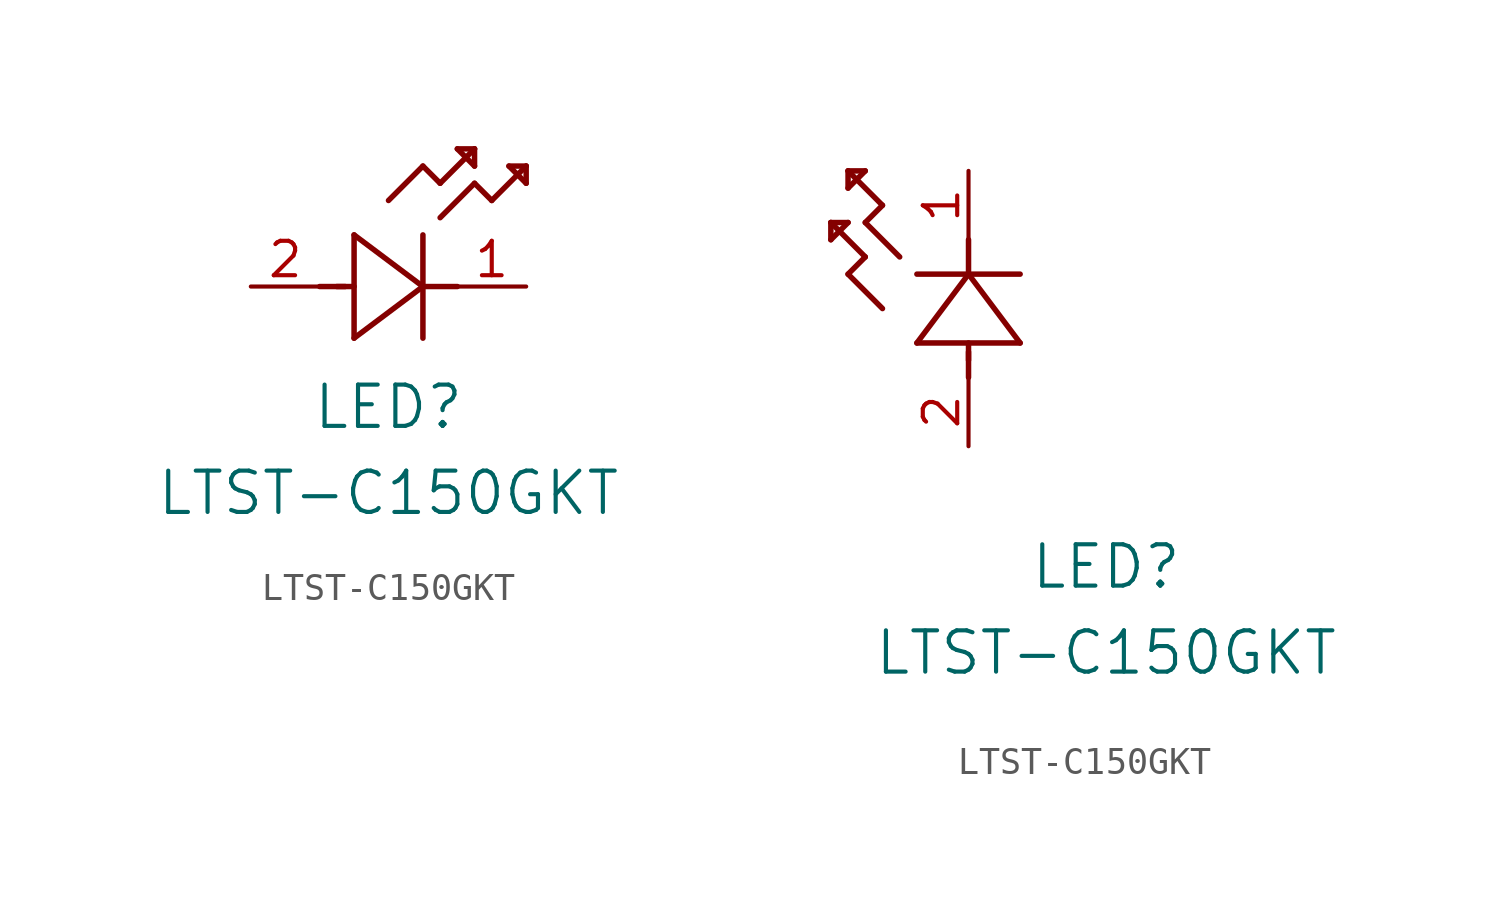
<source format=kicad_sym>
(kicad_symbol_lib
  (version 20241209)
  (generator "kicad_symbol_editor")
  (generator_version "9.0")
  (symbol "LTST-C150GKT"
    (pin_names
      (offset 0.254))
    (property "Reference" "LED"
      (at 5.08 -4.445 0)
      (effects (font (size 1.524 1.524))))
    (property "Value" "LTST-C150GKT"
      (at 5.08 -7.62 0)
      (effects (font (size 1.524 1.524))))
    (symbol "LTST-C150GKT_1_1"
      (polyline (pts (xy 2.54 0) (xy 3.48 0)) (stroke (width 0.203) (type default)) (fill (type none)))
      (polyline (pts (xy 3.175 0) (xy 3.81 0)) (stroke (width 0.203) (type default)) (fill (type none)))
      (polyline (pts (xy 3.81 1.905) (xy 3.81 -1.905)) (stroke (width 0.203) (type default)) (fill (type none)))
      (polyline (pts (xy 3.81 -1.905) (xy 6.35 0)) (stroke (width 0.203) (type default)) (fill (type none)))
      (polyline (pts (xy 5.08 3.175) (xy 6.35 4.445)) (stroke (width 0.203) (type default)) (fill (type none)))
      (polyline (pts (xy 6.35 4.445) (xy 6.985 3.81)) (stroke (width 0.203) (type default)) (fill (type none)))
      (polyline (pts (xy 6.35 0) (xy 3.81 1.905)) (stroke (width 0.203) (type default)) (fill (type none)))
      (polyline (pts (xy 6.35 0) (xy 7.62 0)) (stroke (width 0.203) (type default)) (fill (type none)))
      (polyline (pts (xy 6.35 -1.905) (xy 6.35 1.905)) (stroke (width 0.203) (type default)) (fill (type none)))
      (polyline (pts (xy 6.985 3.81) (xy 8.255 5.08)) (stroke (width 0.203) (type default)) (fill (type none)))
      (polyline (pts (xy 6.985 2.54) (xy 8.255 3.81)) (stroke (width 0.203) (type default)) (fill (type none)))
      (polyline (pts (xy 7.62 5.08) (xy 8.255 4.445)) (stroke (width 0.203) (type default)) (fill (type none)))
      (polyline (pts (xy 8.255 5.08) (xy 7.62 5.08)) (stroke (width 0.203) (type default)) (fill (type none)))
      (polyline (pts (xy 8.255 4.445) (xy 8.255 5.08)) (stroke (width 0.203) (type default)) (fill (type none)))
      (polyline (pts (xy 8.255 3.81) (xy 8.89 3.175)) (stroke (width 0.203) (type default)) (fill (type none)))
      (polyline (pts (xy 8.89 3.175) (xy 10.16 4.445)) (stroke (width 0.203) (type default)) (fill (type none)))
      (polyline (pts (xy 9.525 4.445) (xy 10.16 3.81)) (stroke (width 0.203) (type default)) (fill (type none)))
      (polyline (pts (xy 10.16 4.445) (xy 9.525 4.445)) (stroke (width 0.203) (type default)) (fill (type none)))
      (polyline (pts (xy 10.16 3.81) (xy 10.16 4.445)) (stroke (width 0.203) (type default)) (fill (type none)))
      (pin unspecified line (at 0 0 0) (length 2.54) (name "" (effects (font (size 1.27 1.27)))) (number "2" (effects (font (size 1.27 1.27)))))
      (pin unspecified line (at 10.16 0 180) (length 2.54) (name "" (effects (font (size 1.27 1.27)))) (number "1" (effects (font (size 1.27 1.27))))))
    (symbol "LTST-C150GKT_1_2"
      (polyline (pts (xy -5.08 8.255) (xy -5.08 7.62)) (stroke (width 0.203) (type default)) (fill (type none)))
      (polyline (pts (xy -5.08 7.62) (xy -4.445 8.255)) (stroke (width 0.203) (type default)) (fill (type none)))
      (polyline (pts (xy -4.445 10.16) (xy -4.445 9.525)) (stroke (width 0.203) (type default)) (fill (type none)))
      (polyline (pts (xy -4.445 9.525) (xy -3.81 10.16)) (stroke (width 0.203) (type default)) (fill (type none)))
      (polyline (pts (xy -4.445 8.255) (xy -5.08 8.255)) (stroke (width 0.203) (type default)) (fill (type none)))
      (polyline (pts (xy -4.445 6.35) (xy -3.81 6.985)) (stroke (width 0.203) (type default)) (fill (type none)))
      (polyline (pts (xy -3.81 10.16) (xy -4.445 10.16)) (stroke (width 0.203) (type default)) (fill (type none)))
      (polyline (pts (xy -3.81 8.255) (xy -3.175 8.89)) (stroke (width 0.203) (type default)) (fill (type none)))
      (polyline (pts (xy -3.81 6.985) (xy -5.08 8.255)) (stroke (width 0.203) (type default)) (fill (type none)))
      (polyline (pts (xy -3.175 8.89) (xy -4.445 10.16)) (stroke (width 0.203) (type default)) (fill (type none)))
      (polyline (pts (xy -3.175 5.08) (xy -4.445 6.35)) (stroke (width 0.203) (type default)) (fill (type none)))
      (polyline (pts (xy -2.54 6.985) (xy -3.81 8.255)) (stroke (width 0.203) (type default)) (fill (type none)))
      (polyline (pts (xy -1.905 3.81) (xy 1.905 3.81)) (stroke (width 0.203) (type default)) (fill (type none)))
      (polyline (pts (xy 0 6.35) (xy -1.905 3.81)) (stroke (width 0.203) (type default)) (fill (type none)))
      (polyline (pts (xy 0 6.35) (xy 0 7.62)) (stroke (width 0.203) (type default)) (fill (type none)))
      (polyline (pts (xy 0 3.175) (xy 0 3.81)) (stroke (width 0.203) (type default)) (fill (type none)))
      (polyline (pts (xy 0 2.54) (xy 0 3.48)) (stroke (width 0.203) (type default)) (fill (type none)))
      (polyline (pts (xy 1.905 6.35) (xy -1.905 6.35)) (stroke (width 0.203) (type default)) (fill (type none)))
      (polyline (pts (xy 1.905 3.81) (xy 0 6.35)) (stroke (width 0.203) (type default)) (fill (type none)))
      (pin unspecified line (at 0 10.16 270) (length 2.54) (name "" (effects (font (size 1.27 1.27)))) (number "1" (effects (font (size 1.27 1.27)))))
      (pin unspecified line (at 0 0 90) (length 2.54) (name "" (effects (font (size 1.27 1.27)))) (number "2" (effects (font (size 1.27 1.27))))))))
</source>
